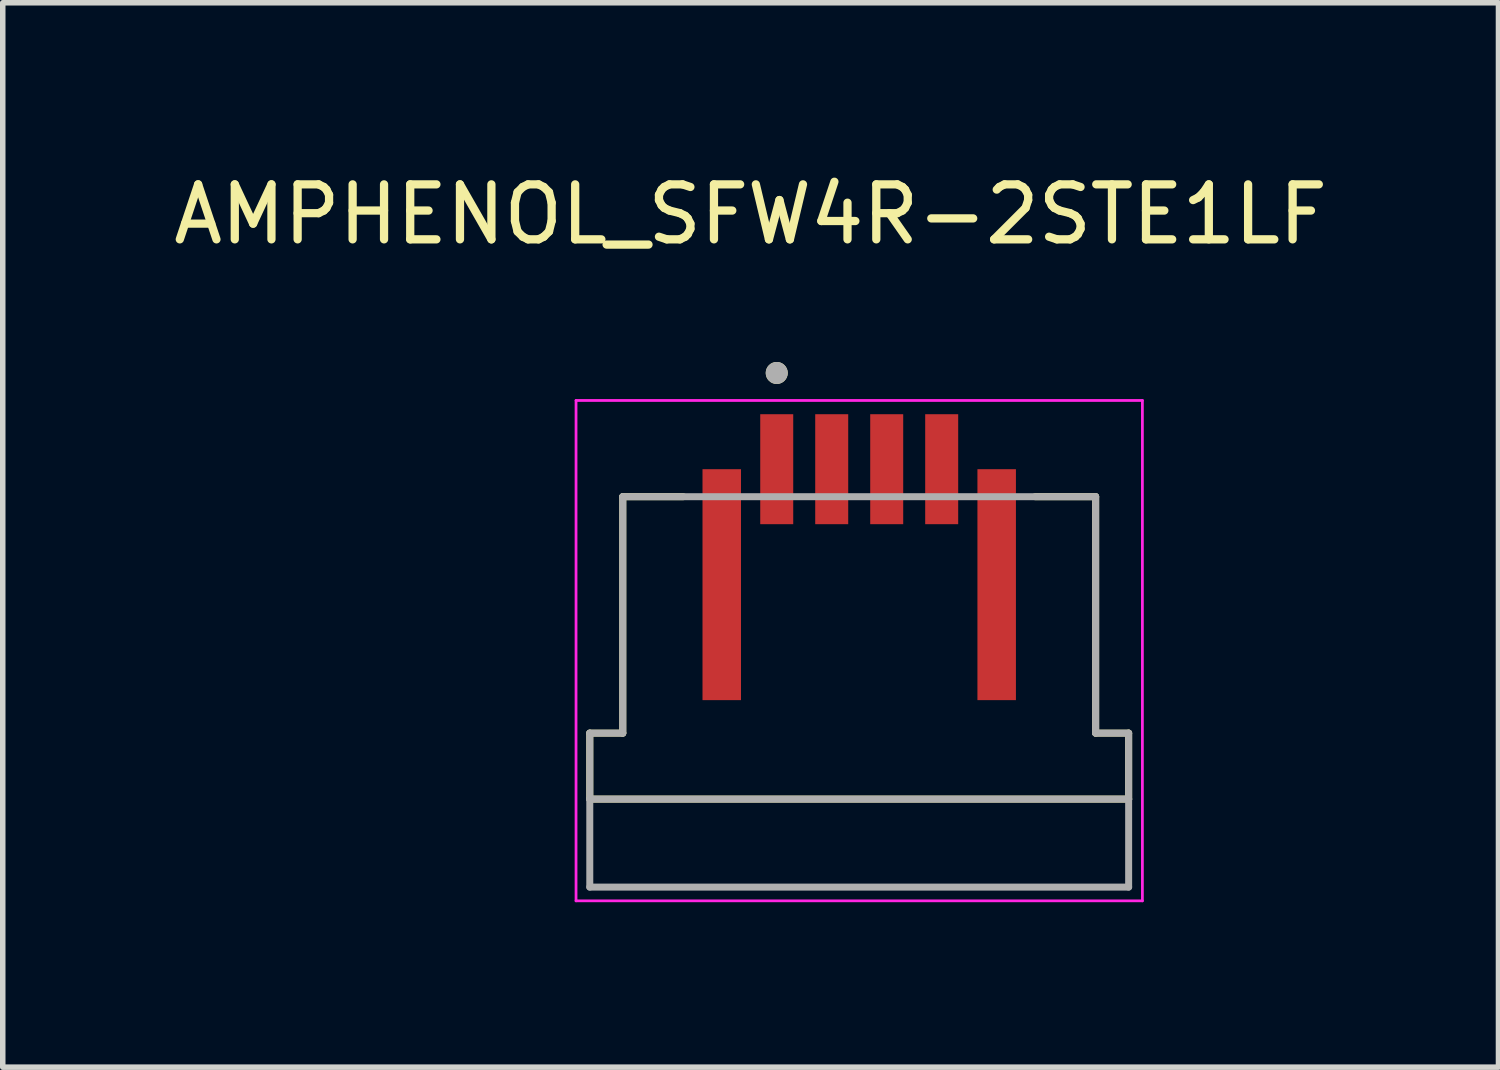
<source format=kicad_pcb>
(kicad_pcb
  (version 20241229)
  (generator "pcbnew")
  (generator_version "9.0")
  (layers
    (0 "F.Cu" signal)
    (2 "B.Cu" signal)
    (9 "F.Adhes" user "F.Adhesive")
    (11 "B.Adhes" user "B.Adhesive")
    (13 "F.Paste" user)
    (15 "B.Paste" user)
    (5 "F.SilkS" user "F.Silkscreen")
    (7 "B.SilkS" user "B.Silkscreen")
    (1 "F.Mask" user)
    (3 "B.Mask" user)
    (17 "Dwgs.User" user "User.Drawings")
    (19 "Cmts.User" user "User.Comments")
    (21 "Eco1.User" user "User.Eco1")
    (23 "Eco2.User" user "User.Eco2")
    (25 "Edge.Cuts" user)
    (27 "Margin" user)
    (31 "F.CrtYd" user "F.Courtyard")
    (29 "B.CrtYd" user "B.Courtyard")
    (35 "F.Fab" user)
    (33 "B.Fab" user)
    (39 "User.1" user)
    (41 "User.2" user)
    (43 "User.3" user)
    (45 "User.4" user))
  (footprint "AMPHENOL_SFW4R-2STE1LF"
    (layer "F.Cu")
    (at 12.576 8.733)
    (property "Reference" "AMPHENOL_SFW4R-2STE1LF" (at -1.975 -7.885 0) (layer "F.SilkS") (effects (font (size 1 1) (thickness 0.15))))
    (attr smd)
    (fp_line (start -4.9 1.55) (end -4.3 1.55) (stroke (width 0.127) (type solid)) (layer "F.SilkS"))
    (fp_line (start -4.9 2.75) (end -4.9 1.55) (stroke (width 0.127) (type solid)) (layer "F.SilkS"))
    (fp_line (start -4.3 -2.75) (end -3.2 -2.75) (stroke (width 0.127) (type solid)) (layer "F.SilkS"))
    (fp_line (start -4.3 1.55) (end -4.3 -2.75) (stroke (width 0.127) (type solid)) (layer "F.SilkS"))
    (fp_line (start 3.2 -2.75) (end 4.3 -2.75) (stroke (width 0.127) (type solid)) (layer "F.SilkS"))
    (fp_line (start 4.3 -2.75) (end 4.3 1.55) (stroke (width 0.127) (type solid)) (layer "F.SilkS"))
    (fp_line (start 4.3 1.55) (end 4.9 1.55) (stroke (width 0.127) (type solid)) (layer "F.SilkS"))
    (fp_line (start 4.9 1.55) (end 4.9 2.75) (stroke (width 0.127) (type solid)) (layer "F.SilkS"))
    (fp_line (start 4.9 2.75) (end -4.9 2.75) (stroke (width 0.127) (type solid)) (layer "F.SilkS"))
    (fp_circle (center -1.5 -5) (end -1.4 -5) (stroke (width 0.2) (type solid)) (fill no) (layer "F.SilkS"))
    (fp_line (start -5.15 -4.5) (end 5.15 -4.5) (stroke (width 0.05) (type solid)) (layer "F.CrtYd"))
    (fp_line (start -5.15 4.6) (end -5.15 -4.5) (stroke (width 0.05) (type solid)) (layer "F.CrtYd"))
    (fp_line (start 5.15 -4.5) (end 5.15 4.6) (stroke (width 0.05) (type solid)) (layer "F.CrtYd"))
    (fp_line (start 5.15 4.6) (end -5.15 4.6) (stroke (width 0.05) (type solid)) (layer "F.CrtYd"))
    (fp_line (start -4.9 1.55) (end -4.3 1.55) (stroke (width 0.127) (type solid)) (layer "F.Fab"))
    (fp_line (start -4.9 2.75) (end -4.9 1.55) (stroke (width 0.127) (type solid)) (layer "F.Fab"))
    (fp_line (start -4.9 2.75) (end 4.9 2.75) (stroke (width 0.127) (type solid)) (layer "F.Fab"))
    (fp_line (start -4.9 4.35) (end -4.9 2.75) (stroke (width 0.127) (type solid)) (layer "F.Fab"))
    (fp_line (start -4.9 4.35) (end 4.9 4.35) (stroke (width 0.127) (type solid)) (layer "F.Fab"))
    (fp_line (start -4.3 -2.75) (end 4.3 -2.75) (stroke (width 0.127) (type solid)) (layer "F.Fab"))
    (fp_line (start -4.3 1.55) (end -4.3 -2.75) (stroke (width 0.127) (type solid)) (layer "F.Fab"))
    (fp_line (start 4.3 -2.75) (end 4.3 1.55) (stroke (width 0.127) (type solid)) (layer "F.Fab"))
    (fp_line (start 4.3 1.55) (end 4.9 1.55) (stroke (width 0.127) (type solid)) (layer "F.Fab"))
    (fp_line (start 4.9 1.55) (end 4.9 2.75) (stroke (width 0.127) (type solid)) (layer "F.Fab"))
    (fp_line (start 4.9 2.75) (end 4.9 4.35) (stroke (width 0.127) (type solid)) (layer "F.Fab"))
    (fp_circle (center -1.5 -5) (end -1.4 -5) (stroke (width 0.2) (type solid)) (fill no) (layer "F.Fab"))
    (pad "1" smd rect (at -1.5 -3.25) (size 0.6 2) (layers "F.Cu" "F.Mask" "F.Paste"))
    (pad "2" smd rect (at -0.5 -3.25) (size 0.6 2) (layers "F.Cu" "F.Mask" "F.Paste"))
    (pad "3" smd rect (at 0.5 -3.25) (size 0.6 2) (layers "F.Cu" "F.Mask" "F.Paste"))
    (pad "4" smd rect (at 1.5 -3.25) (size 0.6 2) (layers "F.Cu" "F.Mask" "F.Paste"))
    (pad "SH1" smd rect (at -2.5 -1.15) (size 0.7 4.2) (layers "F.Cu" "F.Mask" "F.Paste"))
    (pad "SH2" smd rect (at 2.5 -1.15) (size 0.7 4.2) (layers "F.Cu" "F.Mask" "F.Paste")))
  (gr_rect
    (start -3 -3)
    (end 24.202 16.358)
    (stroke (width 0.1) (type default))
    (fill no)
    (layer "Edge.Cuts")))
</source>
